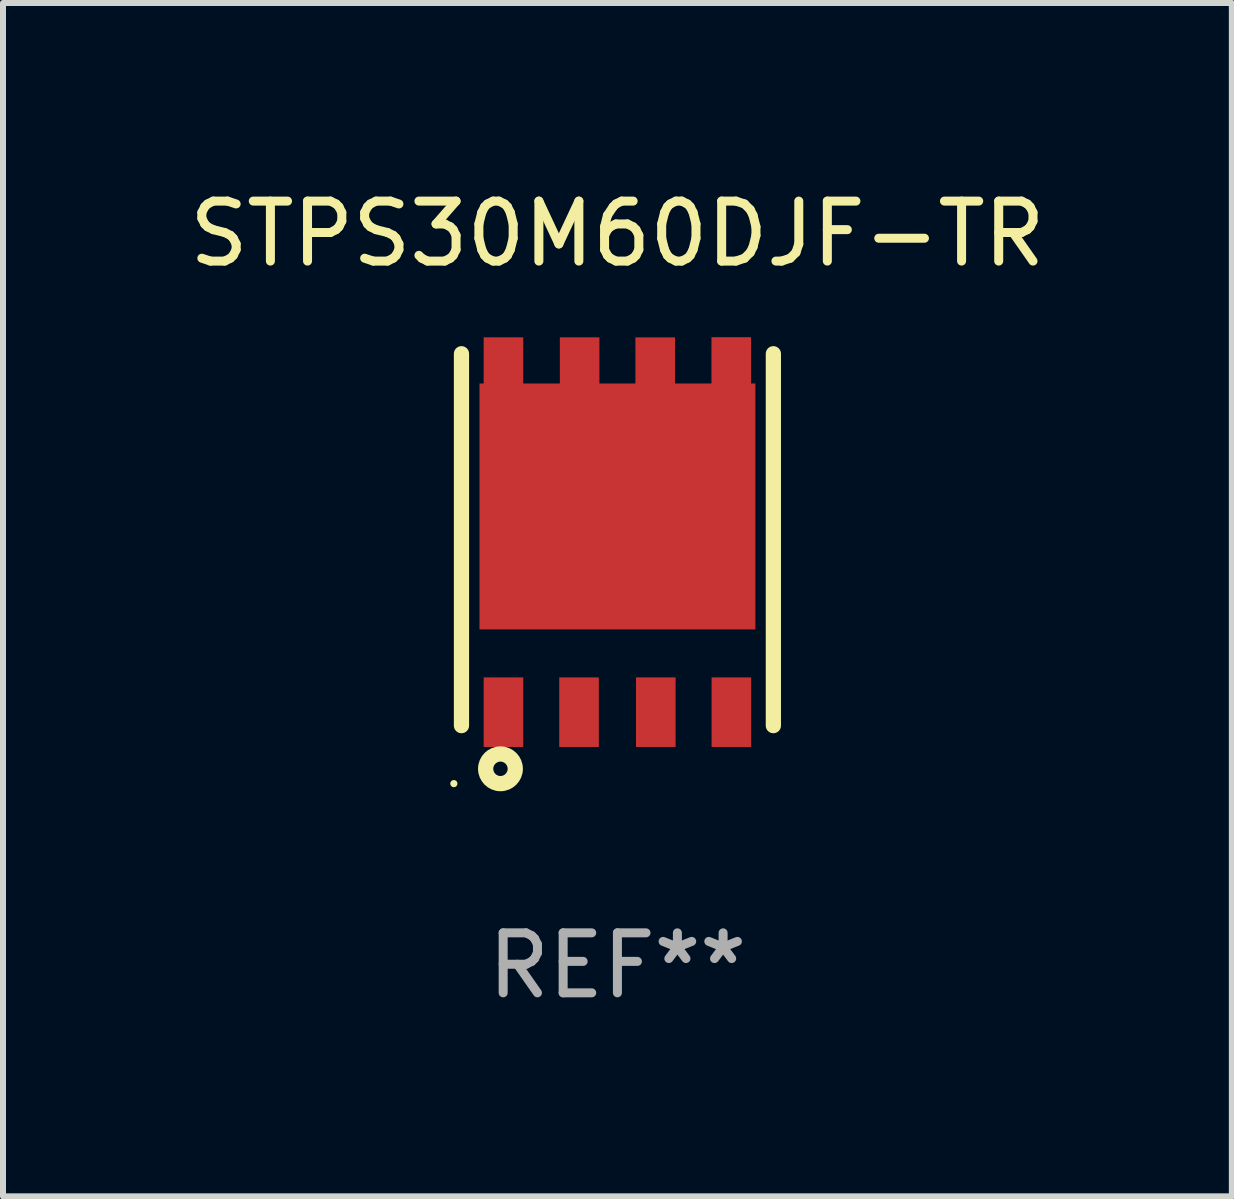
<source format=kicad_pcb>
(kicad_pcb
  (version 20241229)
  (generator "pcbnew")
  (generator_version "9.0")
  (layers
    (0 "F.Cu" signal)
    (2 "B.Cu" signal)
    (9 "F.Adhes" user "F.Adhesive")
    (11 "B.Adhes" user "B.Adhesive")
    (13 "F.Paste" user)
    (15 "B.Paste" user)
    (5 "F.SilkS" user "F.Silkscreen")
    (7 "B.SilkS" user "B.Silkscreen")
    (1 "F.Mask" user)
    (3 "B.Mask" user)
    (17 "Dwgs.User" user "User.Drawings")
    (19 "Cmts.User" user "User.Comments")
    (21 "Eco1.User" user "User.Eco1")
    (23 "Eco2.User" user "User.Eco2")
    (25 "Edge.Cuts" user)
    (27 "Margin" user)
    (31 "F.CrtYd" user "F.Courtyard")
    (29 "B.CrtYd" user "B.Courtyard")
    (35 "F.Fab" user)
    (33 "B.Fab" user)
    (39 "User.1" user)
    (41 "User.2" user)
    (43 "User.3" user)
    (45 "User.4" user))
  (footprint "STPS30M60DJF-TR"
    (layer "F.Cu")
    (at 7.244 5.948)
    (property "Reference" "STPS30M60DJF-TR" (at 0 -5.1 0) (layer "F.SilkS") (effects (font (size 1 1) (thickness 0.15))))
    (attr through_hole)
    (fp_line (start -2.6 -3.1) (end -2.6 3.1) (stroke (width 0.254) (type solid)) (layer "F.SilkS"))
    (fp_line (start 2.6 3.1) (end 2.6 -3.1) (stroke (width 0.254) (type solid)) (layer "F.SilkS"))
    (fp_circle (center -2.727 4.067) (end -2.697 4.067) (stroke (width 0.06) (type solid)) (fill no) (layer "F.SilkS"))
    (fp_circle (center -1.95 3.82) (end -1.83 3.82) (stroke (width 0.254) (type solid)) (fill no) (layer "F.SilkS"))
    (fp_text user "REF**" (at 0 7.1 0) (layer "F.Fab") (effects (font (size 1 1) (thickness 0.15))))
    (pad "1" smd rect (at -1.9 2.876 180) (size 0.66 1.16) (layers "F.Cu" "F.Mask" "F.Paste"))
    (pad "2" smd rect (at -0.64 2.876 180) (size 0.66 1.16) (layers "F.Cu" "F.Mask" "F.Paste"))
    (pad "3" smd rect (at 0.64 2.876 180) (size 0.66 1.16) (layers "F.Cu" "F.Mask" "F.Paste"))
    (pad "4" smd rect (at 1.9 2.876 180) (size 0.66 1.16) (layers "F.Cu" "F.Mask" "F.Paste"))
    (pad "5" smd rect (at 1.898 -2.876 180) (size 0.66 1) (layers "F.Cu" "F.Mask" "F.Paste"))
    (pad "6" smd rect (at 0.63 -2.873 180) (size 0.66 1) (layers "F.Cu" "F.Mask" "F.Paste"))
    (pad "7" smd rect (at -0.63 -2.874 180) (size 0.66 1) (layers "F.Cu" "F.Mask" "F.Paste"))
    (pad "8" smd rect (at -1.9 -2.874 180) (size 0.66 1) (layers "F.Cu" "F.Mask" "F.Paste"))
    (pad "8" smd rect (at 0.000127 -0.554 180) (size 4.6 4.1) (layers "F.Cu" "F.Mask" "F.Paste")))
  (gr_rect
    (start -3 -3)
    (end 17.488 16.896)
    (stroke (width 0.1) (type default))
    (fill no)
    (layer "Edge.Cuts")))
</source>
